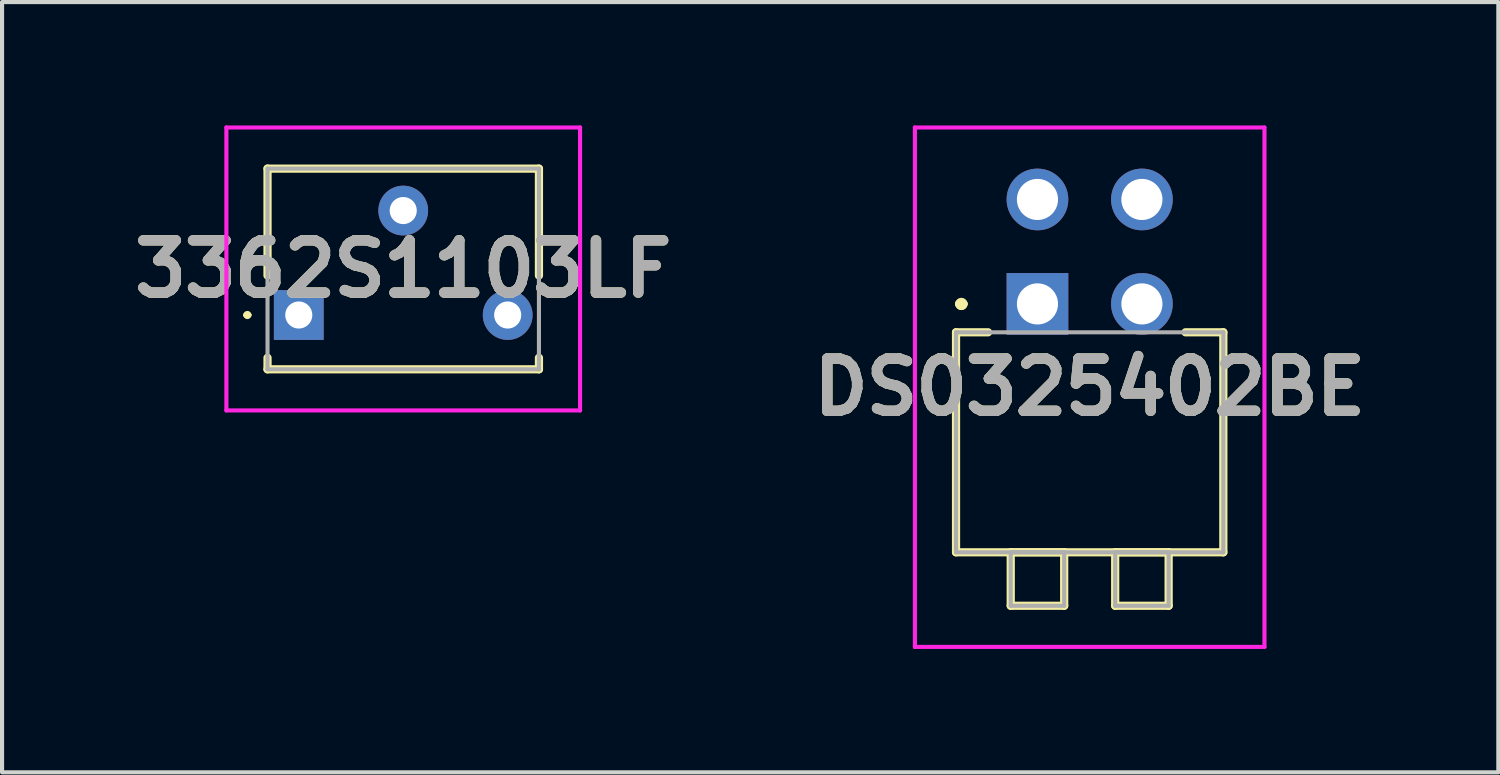
<source format=kicad_pcb>
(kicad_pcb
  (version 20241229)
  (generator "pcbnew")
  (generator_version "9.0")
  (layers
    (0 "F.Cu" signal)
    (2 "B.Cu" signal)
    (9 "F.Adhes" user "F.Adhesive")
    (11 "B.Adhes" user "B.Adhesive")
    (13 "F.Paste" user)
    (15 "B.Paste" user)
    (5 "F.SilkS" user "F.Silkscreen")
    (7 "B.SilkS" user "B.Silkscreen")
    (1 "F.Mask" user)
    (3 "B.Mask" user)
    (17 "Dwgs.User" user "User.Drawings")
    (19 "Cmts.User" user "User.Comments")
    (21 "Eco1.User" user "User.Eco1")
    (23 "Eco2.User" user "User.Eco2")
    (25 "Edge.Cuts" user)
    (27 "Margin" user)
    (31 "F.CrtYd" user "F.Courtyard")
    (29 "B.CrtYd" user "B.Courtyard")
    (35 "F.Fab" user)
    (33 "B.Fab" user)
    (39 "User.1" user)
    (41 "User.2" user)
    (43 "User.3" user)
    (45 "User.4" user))
  (footprint "DS0325402BE"
    (layer "F.Cu")
    (at 22.177 4.34)
    (property "Reference" "DS0325402BE" (at 1.27 2.025 0) (layer "F.SilkS") (effects (font (size 1.27 1.27) (thickness 0.254))))
    (attr through_hole)
    (fp_line (start -1.98 0.69) (end -1.98 6.04) (stroke (width 0.2) (type solid)) (layer "F.SilkS"))
    (fp_line (start -1.98 6.04) (end 4.52 6.04) (stroke (width 0.2) (type solid)) (layer "F.SilkS"))
    (fp_line (start -1.9 0) (end -1.9 0) (stroke (width 0.2) (type solid)) (layer "F.SilkS"))
    (fp_line (start -1.9 0) (end -1.9 0) (stroke (width 0.2) (type solid)) (layer "F.SilkS"))
    (fp_line (start -1.8 0) (end -1.8 0) (stroke (width 0.2) (type solid)) (layer "F.SilkS"))
    (fp_line (start -1.2 0.69) (end -1.98 0.69) (stroke (width 0.2) (type solid)) (layer "F.SilkS"))
    (fp_line (start -0.65 6.04) (end 0.65 6.04) (stroke (width 0.2) (type solid)) (layer "F.SilkS"))
    (fp_line (start -0.65 7.34) (end -0.65 6.04) (stroke (width 0.2) (type solid)) (layer "F.SilkS"))
    (fp_line (start 0.65 6.04) (end 0.65 7.34) (stroke (width 0.2) (type solid)) (layer "F.SilkS"))
    (fp_line (start 0.65 7.34) (end -0.65 7.34) (stroke (width 0.2) (type solid)) (layer "F.SilkS"))
    (fp_line (start 1.89 6.04) (end 3.19 6.04) (stroke (width 0.2) (type solid)) (layer "F.SilkS"))
    (fp_line (start 1.89 7.34) (end 1.89 6.04) (stroke (width 0.2) (type solid)) (layer "F.SilkS"))
    (fp_line (start 3.19 6.04) (end 3.19 7.34) (stroke (width 0.2) (type solid)) (layer "F.SilkS"))
    (fp_line (start 3.19 7.34) (end 1.89 7.34) (stroke (width 0.2) (type solid)) (layer "F.SilkS"))
    (fp_line (start 4.52 0.69) (end 3.6 0.69) (stroke (width 0.2) (type solid)) (layer "F.SilkS"))
    (fp_line (start 4.52 6.04) (end 4.52 0.69) (stroke (width 0.2) (type solid)) (layer "F.SilkS"))
    (fp_arc (start -1.9 0) (mid -1.85 -0.05) (end -1.8 0) (stroke (width 0.2) (type solid)) (layer "F.SilkS"))
    (fp_arc (start -1.8 0) (mid -1.85 0.05) (end -1.9 0) (stroke (width 0.2) (type solid)) (layer "F.SilkS"))
    (fp_arc (start -1.8 0) (mid -1.85 0.05) (end -1.9 0) (stroke (width 0.2) (type solid)) (layer "F.SilkS"))
    (fp_line (start -2.98 -4.29) (end 5.52 -4.29) (stroke (width 0.1) (type solid)) (layer "F.CrtYd"))
    (fp_line (start -2.98 8.34) (end -2.98 -4.29) (stroke (width 0.1) (type solid)) (layer "F.CrtYd"))
    (fp_line (start 5.52 -4.29) (end 5.52 8.34) (stroke (width 0.1) (type solid)) (layer "F.CrtYd"))
    (fp_line (start 5.52 8.34) (end -2.98 8.34) (stroke (width 0.1) (type solid)) (layer "F.CrtYd"))
    (fp_line (start -1.98 0.69) (end -1.98 6.04) (stroke (width 0.1) (type solid)) (layer "F.Fab"))
    (fp_line (start -1.98 6.04) (end 4.52 6.04) (stroke (width 0.1) (type solid)) (layer "F.Fab"))
    (fp_line (start -0.65 6.04) (end 0.65 6.04) (stroke (width 0.1) (type solid)) (layer "F.Fab"))
    (fp_line (start -0.65 7.34) (end -0.65 6.04) (stroke (width 0.1) (type solid)) (layer "F.Fab"))
    (fp_line (start 0.65 6.04) (end 0.65 7.34) (stroke (width 0.1) (type solid)) (layer "F.Fab"))
    (fp_line (start 0.65 7.34) (end -0.65 7.34) (stroke (width 0.1) (type solid)) (layer "F.Fab"))
    (fp_line (start 1.89 6.04) (end 3.19 6.04) (stroke (width 0.1) (type solid)) (layer "F.Fab"))
    (fp_line (start 1.89 7.34) (end 1.89 6.04) (stroke (width 0.1) (type solid)) (layer "F.Fab"))
    (fp_line (start 3.19 6.04) (end 3.19 7.34) (stroke (width 0.1) (type solid)) (layer "F.Fab"))
    (fp_line (start 3.19 7.34) (end 1.89 7.34) (stroke (width 0.1) (type solid)) (layer "F.Fab"))
    (fp_line (start 4.52 0.69) (end -1.98 0.69) (stroke (width 0.1) (type solid)) (layer "F.Fab"))
    (fp_line (start 4.52 6.04) (end 4.52 0.69) (stroke (width 0.1) (type solid)) (layer "F.Fab"))
    (fp_text user "${REFERENCE}" (at 1.27 2.025 0) (layer "F.Fab") (effects (font (size 1.27 1.27) (thickness 0.254))))
    (pad "1" thru_hole rect (at 0 0) (size 1.5 1.5) (drill 1) (layers "*.Cu" "*.Mask"))
    (pad "2" thru_hole circle (at 0 -2.54) (size 1.5 1.5) (drill 1) (layers "*.Cu" "*.Mask"))
    (pad "3" thru_hole circle (at 2.54 0) (size 1.5 1.5) (drill 1) (layers "*.Cu" "*.Mask"))
    (pad "4" thru_hole circle (at 2.54 -2.54) (size 1.5 1.5) (drill 1) (layers "*.Cu" "*.Mask")))
  (footprint "3362S1103LF"
    (layer "F.Cu")
    (at 4.215 4.61)
    (property "Reference" "3362S1103LF" (at 2.54 -1.12 0) (layer "F.SilkS") (effects (font (size 1.27 1.27) (thickness 0.254))))
    (attr through_hole)
    (fp_line (start -1.3 0) (end -1.3 0) (stroke (width 0.1) (type solid)) (layer "F.SilkS"))
    (fp_line (start -1.2 0) (end -1.2 0) (stroke (width 0.1) (type solid)) (layer "F.SilkS"))
    (fp_line (start -0.76 -3.56) (end 5.84 -3.56) (stroke (width 0.2) (type solid)) (layer "F.SilkS"))
    (fp_line (start -0.76 -0.96) (end -0.76 -3.56) (stroke (width 0.2) (type solid)) (layer "F.SilkS"))
    (fp_line (start -0.76 1.04) (end -0.76 1.32) (stroke (width 0.2) (type solid)) (layer "F.SilkS"))
    (fp_line (start -0.76 1.32) (end 5.84 1.32) (stroke (width 0.2) (type solid)) (layer "F.SilkS"))
    (fp_line (start 5.84 -3.56) (end 5.84 -0.96) (stroke (width 0.2) (type solid)) (layer "F.SilkS"))
    (fp_line (start 5.84 1.32) (end 5.84 1.04) (stroke (width 0.2) (type solid)) (layer "F.SilkS"))
    (fp_arc (start -1.3 0) (mid -1.25 -0.05) (end -1.2 0) (stroke (width 0.1) (type solid)) (layer "F.SilkS"))
    (fp_arc (start -1.2 0) (mid -1.25 0.05) (end -1.3 0) (stroke (width 0.1) (type solid)) (layer "F.SilkS"))
    (fp_line (start -1.76 -4.56) (end -1.76 2.32) (stroke (width 0.1) (type solid)) (layer "F.CrtYd"))
    (fp_line (start -1.76 2.32) (end 6.84 2.32) (stroke (width 0.1) (type solid)) (layer "F.CrtYd"))
    (fp_line (start 6.84 -4.56) (end -1.76 -4.56) (stroke (width 0.1) (type solid)) (layer "F.CrtYd"))
    (fp_line (start 6.84 2.32) (end 6.84 -4.56) (stroke (width 0.1) (type solid)) (layer "F.CrtYd"))
    (fp_line (start -0.76 -3.56) (end -0.76 1.32) (stroke (width 0.1) (type solid)) (layer "F.Fab"))
    (fp_line (start -0.76 1.32) (end 5.84 1.32) (stroke (width 0.1) (type solid)) (layer "F.Fab"))
    (fp_line (start 5.84 -3.56) (end -0.76 -3.56) (stroke (width 0.1) (type solid)) (layer "F.Fab"))
    (fp_line (start 5.84 1.32) (end 5.84 -3.56) (stroke (width 0.1) (type solid)) (layer "F.Fab"))
    (fp_text user "${REFERENCE}" (at 2.54 -1.12 0) (layer "F.Fab") (effects (font (size 1.27 1.27) (thickness 0.254))))
    (pad "1" thru_hole rect (at 0 0) (size 1.21 1.21) (drill 0.66) (layers "*.Cu" "*.Mask"))
    (pad "2" thru_hole circle (at 2.54 -2.54) (size 1.21 1.21) (drill 0.66) (layers "*.Cu" "*.Mask"))
    (pad "3" thru_hole circle (at 5.08 0) (size 1.21 1.21) (drill 0.66) (layers "*.Cu" "*.Mask")))
  (gr_rect
    (start -3 -3)
    (end 33.384 15.73)
    (stroke (width 0.1) (type default))
    (fill no)
    (layer "Edge.Cuts")))
</source>
